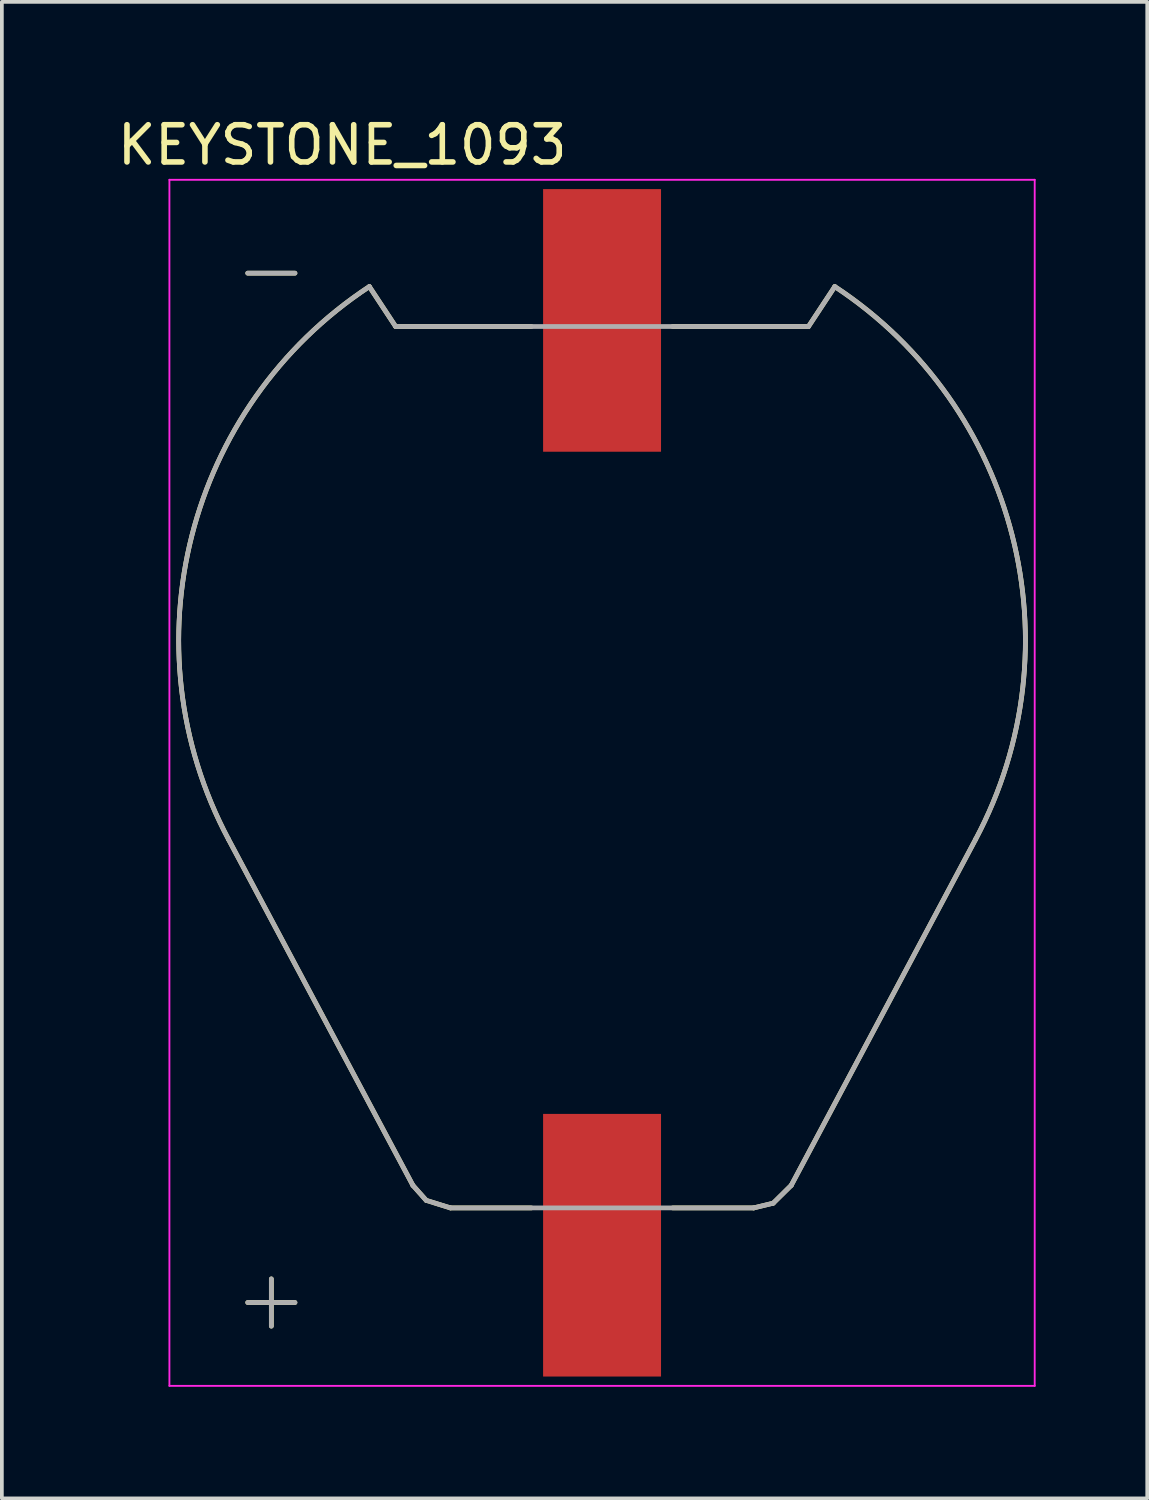
<source format=kicad_pcb>
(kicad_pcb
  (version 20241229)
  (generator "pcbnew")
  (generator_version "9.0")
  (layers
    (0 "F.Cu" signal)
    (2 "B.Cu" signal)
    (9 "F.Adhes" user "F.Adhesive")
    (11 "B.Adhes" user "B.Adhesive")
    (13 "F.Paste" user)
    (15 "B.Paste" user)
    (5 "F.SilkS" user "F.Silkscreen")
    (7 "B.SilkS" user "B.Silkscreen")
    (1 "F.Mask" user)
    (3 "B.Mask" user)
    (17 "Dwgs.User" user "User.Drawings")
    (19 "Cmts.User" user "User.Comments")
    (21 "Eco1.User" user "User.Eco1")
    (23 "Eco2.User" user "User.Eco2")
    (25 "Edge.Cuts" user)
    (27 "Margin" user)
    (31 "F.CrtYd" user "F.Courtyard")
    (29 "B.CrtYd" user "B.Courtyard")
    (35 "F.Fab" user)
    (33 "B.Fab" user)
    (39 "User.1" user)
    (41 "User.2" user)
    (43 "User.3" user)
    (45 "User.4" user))
  (footprint "KEYSTONE_1093"
    (layer "F.Cu")
    (at 13.134 17.993)
    (property "Reference" "KEYSTONE_1093" (at -6.985 -17.145 0) (layer "F.SilkS") (effects (font (size 1 1) (thickness 0.15))))
    (attr smd)
    (fp_line (start -10.043 1.517) (end -5.085 10.821) (stroke (width 0.127) (type solid)) (layer "F.SilkS"))
    (fp_line (start -9.525 -13.7) (end -8.255 -13.7) (stroke (width 0.127) (type solid)) (layer "F.SilkS"))
    (fp_line (start -9.525 13.97) (end -8.255 13.97) (stroke (width 0.127) (type solid)) (layer "F.SilkS"))
    (fp_line (start -8.89 13.335) (end -8.89 14.605) (stroke (width 0.127) (type solid)) (layer "F.SilkS"))
    (fp_line (start -6.256 -13.339) (end -5.55 -12.267) (stroke (width 0.127) (type solid)) (layer "F.SilkS"))
    (fp_line (start -5.55 -12.267) (end -1.899 -12.267) (stroke (width 0.127) (type solid)) (layer "F.SilkS"))
    (fp_line (start -4.727 11.224) (end -5.085 10.821) (stroke (width 0.127) (type solid)) (layer "F.SilkS"))
    (fp_line (start -4.076 11.427) (end -4.727 11.224) (stroke (width 0.127) (type solid)) (layer "F.SilkS"))
    (fp_line (start -4.076 11.427) (end -1.899 11.427) (stroke (width 0.127) (type solid)) (layer "F.SilkS"))
    (fp_line (start 1.899 -12.267) (end 5.55 -12.267) (stroke (width 0.127) (type solid)) (layer "F.SilkS"))
    (fp_line (start 1.899 11.427) (end 4.076 11.427) (stroke (width 0.127) (type solid)) (layer "F.SilkS"))
    (fp_line (start 4.6 11.3) (end 4.076 11.427) (stroke (width 0.127) (type solid)) (layer "F.SilkS"))
    (fp_line (start 5.085 10.821) (end 4.6 11.3) (stroke (width 0.127) (type solid)) (layer "F.SilkS"))
    (fp_line (start 5.085 10.821) (end 10.043 1.517) (stroke (width 0.127) (type solid)) (layer "F.SilkS"))
    (fp_line (start 5.55 -12.267) (end 6.256 -13.339) (stroke (width 0.127) (type solid)) (layer "F.SilkS"))
    (fp_arc (start -10.0427 1.51657) (mid -11.026406 -6.644878) (end -6.25577 -13.339499) (stroke (width 0.127) (type solid)) (layer "F.SilkS"))
    (fp_arc (start 6.25578 -13.3395) (mid 11.026411 -6.644877) (end 10.0427 1.51657) (stroke (width 0.127) (type solid)) (layer "F.SilkS"))
    (fp_line (start -11.63 -16.21) (end 11.63 -16.21) (stroke (width 0.05) (type solid)) (layer "F.CrtYd"))
    (fp_line (start -11.63 16.21) (end -11.63 -16.21) (stroke (width 0.05) (type solid)) (layer "F.CrtYd"))
    (fp_line (start 11.63 -16.21) (end 11.63 16.21) (stroke (width 0.05) (type solid)) (layer "F.CrtYd"))
    (fp_line (start 11.63 16.21) (end -11.63 16.21) (stroke (width 0.05) (type solid)) (layer "F.CrtYd"))
    (fp_line (start -10.043 1.517) (end -5.085 10.821) (stroke (width 0.127) (type solid)) (layer "F.Fab"))
    (fp_line (start -9.525 -13.7) (end -8.255 -13.7) (stroke (width 0.127) (type solid)) (layer "F.Fab"))
    (fp_line (start -9.525 13.97) (end -8.255 13.97) (stroke (width 0.127) (type solid)) (layer "F.Fab"))
    (fp_line (start -8.89 13.335) (end -8.89 14.605) (stroke (width 0.127) (type solid)) (layer "F.Fab"))
    (fp_line (start -6.256 -13.339) (end -5.55 -12.267) (stroke (width 0.127) (type solid)) (layer "F.Fab"))
    (fp_line (start -5.55 -12.267) (end 5.55 -12.267) (stroke (width 0.127) (type solid)) (layer "F.Fab"))
    (fp_line (start -4.727 11.224) (end -5.085 10.821) (stroke (width 0.127) (type solid)) (layer "F.Fab"))
    (fp_line (start -4.076 11.427) (end -4.727 11.224) (stroke (width 0.127) (type solid)) (layer "F.Fab"))
    (fp_line (start -4.076 11.427) (end 4.076 11.427) (stroke (width 0.127) (type solid)) (layer "F.Fab"))
    (fp_line (start 4.6 11.3) (end 4.076 11.427) (stroke (width 0.127) (type solid)) (layer "F.Fab"))
    (fp_line (start 5.085 10.821) (end 4.6 11.3) (stroke (width 0.127) (type solid)) (layer "F.Fab"))
    (fp_line (start 5.085 10.821) (end 10.043 1.517) (stroke (width 0.127) (type solid)) (layer "F.Fab"))
    (fp_line (start 5.55 -12.267) (end 6.256 -13.339) (stroke (width 0.127) (type solid)) (layer "F.Fab"))
    (fp_arc (start -10.0427 1.51657) (mid -11.026406 -6.644878) (end -6.25577 -13.339499) (stroke (width 0.127) (type solid)) (layer "F.Fab"))
    (fp_arc (start 6.25578 -13.3395) (mid 11.026411 -6.644877) (end 10.0427 1.51657) (stroke (width 0.127) (type solid)) (layer "F.Fab"))
    (pad "+" smd rect (at 0 12.43) (size 3.17 7.06) (layers "F.Cu" "F.Mask" "F.Paste"))
    (pad "-" smd rect (at 0 -12.43) (size 3.17 7.06) (layers "F.Cu" "F.Mask" "F.Paste")))
  (gr_rect
    (start -3 -3)
    (end 27.789 37.228)
    (stroke (width 0.1) (type default))
    (fill no)
    (layer "Edge.Cuts")))
</source>
